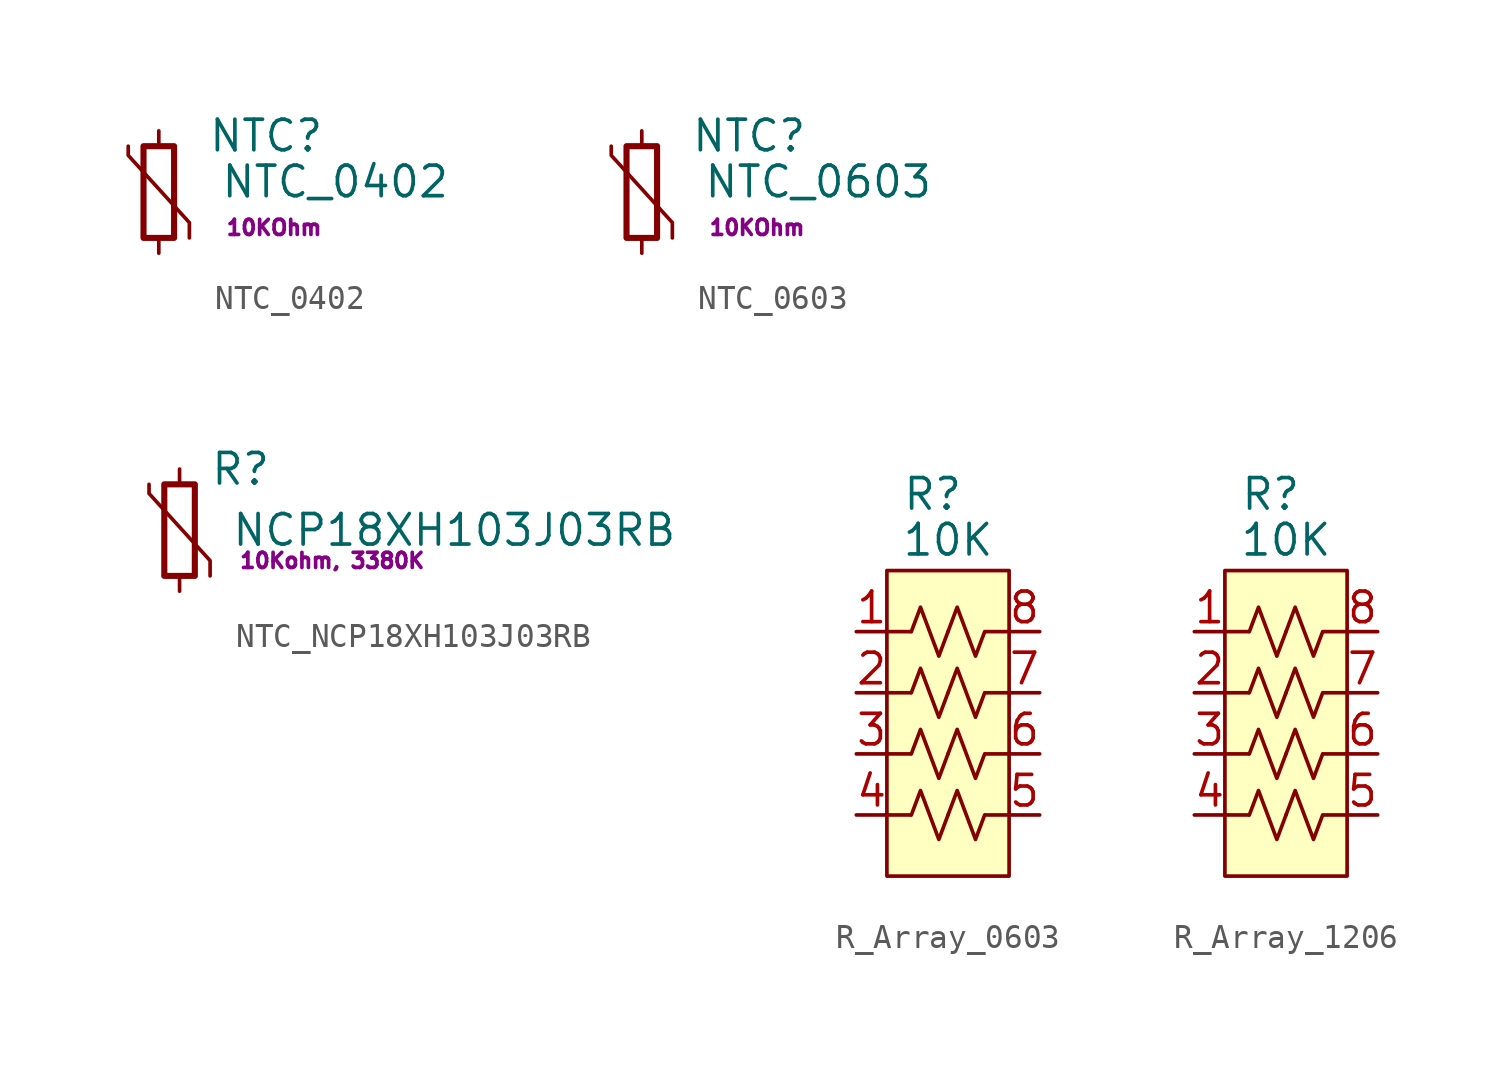
<source format=kicad_sym>
(kicad_symbol_lib
  (version 20220914)
  (generator kicad_symbol_editor)
  (symbol "NTC_0402"
    (pin_numbers hide)
    (property "Reference" "NTC"
      (at 4.461 2.336 0)
      (effects (font (size 1.27 1.27))))
    (property "Value" "NTC_0402"
      (at 7.332 0.429 0)
      (effects (font (size 1.27 1.27))))
    (property "Params" "10KOhm"
      (at 4.79 -1.478 0)
      (effects (font (size 0.63 0.63))))
    (symbol "NTC_0402_0_1"
      (polyline (pts (xy -1.27 1.905) (xy -1.27 1.524) (xy 1.27 -1.27) (xy 1.27 -1.905)) (stroke (width 0) (type default)) (fill (type none))))
    (symbol "NTC_0402_1_1"
      (rectangle (start -0.635 1.905) (end 0.635 -1.905) (stroke (width 0.254) (type default)) (fill (type none)))
      (pin passive line (at 0 2.54 270) (length 0.635) (name "~" (effects (font (size 1.27 1.27)))) (number "1" (effects (font (size 1.27 1.27)))))
      (pin passive line (at 0 -2.54 90) (length 0.635) (name "~" (effects (font (size 1.27 1.27)))) (number "2" (effects (font (size 1.27 1.27)))))))
  (symbol "NTC_0603"
    (pin_numbers hide)
    (property "Reference" "NTC"
      (at 4.461 2.336 0)
      (effects (font (size 1.27 1.27))))
    (property "Value" "NTC_0603"
      (at 7.332 0.429 0)
      (effects (font (size 1.27 1.27))))
    (property "Params" "10KOhm"
      (at 4.79 -1.478 0)
      (effects (font (size 0.63 0.63))))
    (symbol "NTC_0603_0_1"
      (polyline (pts (xy -1.27 1.905) (xy -1.27 1.524) (xy 1.27 -1.27) (xy 1.27 -1.905)) (stroke (width 0) (type default)) (fill (type none))))
    (symbol "NTC_0603_1_1"
      (rectangle (start -0.635 1.905) (end 0.635 -1.905) (stroke (width 0.254) (type default)) (fill (type none)))
      (pin passive line (at 0 2.54 270) (length 0.635) (name "~" (effects (font (size 1.27 1.27)))) (number "1" (effects (font (size 1.27 1.27)))))
      (pin passive line (at 0 -2.54 90) (length 0.635) (name "~" (effects (font (size 1.27 1.27)))) (number "2" (effects (font (size 1.27 1.27)))))))
  (symbol "NTC_NCP18XH103J03RB"
    (pin_numbers hide)
    (property "Reference" "R"
      (at 2.54 2.54 0)
      (effects (font (size 1.27 1.27))))
    (property "Value" "NCP18XH103J03RB"
      (at 11.43 0 0)
      (effects (font (size 1.27 1.27))))
    (property "Params" "10Kohm, 3380K"
      (at 6.35 -1.27 0)
      (effects (font (size 0.63 0.63))))
    (symbol "NTC_NCP18XH103J03RB_0_1"
      (polyline (pts (xy -1.27 1.905) (xy -1.27 1.524) (xy 1.27 -1.27) (xy 1.27 -1.905)) (stroke (width 0) (type default)) (fill (type none))))
    (symbol "NTC_NCP18XH103J03RB_1_1"
      (rectangle (start -0.635 1.905) (end 0.635 -1.905) (stroke (width 0.254) (type default)) (fill (type none)))
      (pin passive line (at 0 2.54 270) (length 0.635) (name "~" (effects (font (size 1.27 1.27)))) (number "1" (effects (font (size 1.27 1.27)))))
      (pin passive line (at 0 -2.54 90) (length 0.635) (name "~" (effects (font (size 1.27 1.27)))) (number "2" (effects (font (size 1.27 1.27)))))))
  (symbol "R_Array_0603"
    (pin_names hide)
    (property "Reference" "R"
      (at -0.635 13.335 0)
      (effects (font (size 1.27 1.27))))
    (property "Value" "10K"
      (at 0 11.43 0)
      (effects (font (size 1.27 1.27))))
    (symbol "R_Array_0603_0_1"
      (rectangle (start -2.54 10.16) (end 2.54 -2.54) (stroke (width 0) (type default)) (fill (type background))))
    (symbol "R_Array_0603_1_1"
      (polyline (pts (xy -2.54 0) (xy -1.549 0)) (stroke (width 0) (type default)) (fill (type none)))
      (polyline (pts (xy -2.54 2.54) (xy -1.549 2.54)) (stroke (width 0) (type default)) (fill (type none)))
      (polyline (pts (xy -2.54 5.08) (xy -1.549 5.08)) (stroke (width 0) (type default)) (fill (type none)))
      (polyline (pts (xy -2.54 7.62) (xy -1.549 7.62)) (stroke (width 0) (type default)) (fill (type none)))
      (polyline (pts (xy 2.54 0) (xy 1.549 0)) (stroke (width 0) (type default)) (fill (type none)))
      (polyline (pts (xy 2.54 2.54) (xy 1.549 2.54)) (stroke (width 0) (type default)) (fill (type none)))
      (polyline (pts (xy 2.54 5.08) (xy 1.549 5.08)) (stroke (width 0) (type default)) (fill (type none)))
      (polyline (pts (xy 2.54 7.62) (xy 1.549 7.62)) (stroke (width 0) (type default)) (fill (type none)))
      (polyline (pts (xy -1.524 0) (xy -1.143 1.016) (xy -0.762 0) (xy -0.381 -1.016) (xy 0 0)) (stroke (width 0) (type default)) (fill (type none)))
      (polyline (pts (xy -1.524 2.54) (xy -1.143 3.556) (xy -0.762 2.54) (xy -0.381 1.524) (xy 0 2.54)) (stroke (width 0) (type default)) (fill (type none)))
      (polyline (pts (xy -1.524 5.08) (xy -1.143 6.096) (xy -0.762 5.08) (xy -0.381 4.064) (xy 0 5.08)) (stroke (width 0) (type default)) (fill (type none)))
      (polyline (pts (xy -1.524 7.62) (xy -1.143 8.636) (xy -0.762 7.62) (xy -0.381 6.604) (xy 0 7.62)) (stroke (width 0) (type default)) (fill (type none)))
      (polyline (pts (xy 0 0) (xy 0.381 1.016) (xy 0.762 0) (xy 1.143 -1.016) (xy 1.524 0)) (stroke (width 0) (type default)) (fill (type none)))
      (polyline (pts (xy 0 2.54) (xy 0.381 3.556) (xy 0.762 2.54) (xy 1.143 1.524) (xy 1.524 2.54)) (stroke (width 0) (type default)) (fill (type none)))
      (polyline (pts (xy 0 5.08) (xy 0.381 6.096) (xy 0.762 5.08) (xy 1.143 4.064) (xy 1.524 5.08)) (stroke (width 0) (type default)) (fill (type none)))
      (polyline (pts (xy 0 7.62) (xy 0.381 8.636) (xy 0.762 7.62) (xy 1.143 6.604) (xy 1.524 7.62)) (stroke (width 0) (type default)) (fill (type none)))
      (pin passive line (at -3.81 7.62 0) (length 1.27) (name "~" (effects (font (size 1.27 1.27)))) (number "1" (effects (font (size 1.27 1.27)))))
      (pin passive line (at -3.81 5.08 0) (length 1.27) (name "~" (effects (font (size 1.27 1.27)))) (number "2" (effects (font (size 1.27 1.27)))))
      (pin passive line (at -3.81 2.54 0) (length 1.27) (name "~" (effects (font (size 1.27 1.27)))) (number "3" (effects (font (size 1.27 1.27)))))
      (pin passive line (at -3.81 0 0) (length 1.27) (name "~" (effects (font (size 1.27 1.27)))) (number "4" (effects (font (size 1.27 1.27)))))
      (pin passive line (at 3.81 0 180) (length 1.27) (name "~" (effects (font (size 1.27 1.27)))) (number "5" (effects (font (size 1.27 1.27)))))
      (pin passive line (at 3.81 2.54 180) (length 1.27) (name "~" (effects (font (size 1.27 1.27)))) (number "6" (effects (font (size 1.27 1.27)))))
      (pin passive line (at 3.81 5.08 180) (length 1.27) (name "~" (effects (font (size 1.27 1.27)))) (number "7" (effects (font (size 1.27 1.27)))))
      (pin passive line (at 3.81 7.62 180) (length 1.27) (name "~" (effects (font (size 1.27 1.27)))) (number "8" (effects (font (size 1.27 1.27)))))))
  (symbol "R_Array_1206"
    (pin_names hide)
    (property "Reference" "R"
      (at -0.635 13.335 0)
      (effects (font (size 1.27 1.27))))
    (property "Value" "10K"
      (at 0 11.43 0)
      (effects (font (size 1.27 1.27))))
    (symbol "R_Array_1206_0_1"
      (rectangle (start -2.54 10.16) (end 2.54 -2.54) (stroke (width 0) (type default)) (fill (type background))))
    (symbol "R_Array_1206_1_1"
      (polyline (pts (xy -2.54 0) (xy -1.549 0)) (stroke (width 0) (type default)) (fill (type none)))
      (polyline (pts (xy -2.54 2.54) (xy -1.549 2.54)) (stroke (width 0) (type default)) (fill (type none)))
      (polyline (pts (xy -2.54 5.08) (xy -1.549 5.08)) (stroke (width 0) (type default)) (fill (type none)))
      (polyline (pts (xy -2.54 7.62) (xy -1.549 7.62)) (stroke (width 0) (type default)) (fill (type none)))
      (polyline (pts (xy 2.54 0) (xy 1.549 0)) (stroke (width 0) (type default)) (fill (type none)))
      (polyline (pts (xy 2.54 2.54) (xy 1.549 2.54)) (stroke (width 0) (type default)) (fill (type none)))
      (polyline (pts (xy 2.54 5.08) (xy 1.549 5.08)) (stroke (width 0) (type default)) (fill (type none)))
      (polyline (pts (xy 2.54 7.62) (xy 1.549 7.62)) (stroke (width 0) (type default)) (fill (type none)))
      (polyline (pts (xy -1.524 0) (xy -1.143 1.016) (xy -0.762 0) (xy -0.381 -1.016) (xy 0 0)) (stroke (width 0) (type default)) (fill (type none)))
      (polyline (pts (xy -1.524 2.54) (xy -1.143 3.556) (xy -0.762 2.54) (xy -0.381 1.524) (xy 0 2.54)) (stroke (width 0) (type default)) (fill (type none)))
      (polyline (pts (xy -1.524 5.08) (xy -1.143 6.096) (xy -0.762 5.08) (xy -0.381 4.064) (xy 0 5.08)) (stroke (width 0) (type default)) (fill (type none)))
      (polyline (pts (xy -1.524 7.62) (xy -1.143 8.636) (xy -0.762 7.62) (xy -0.381 6.604) (xy 0 7.62)) (stroke (width 0) (type default)) (fill (type none)))
      (polyline (pts (xy 0 0) (xy 0.381 1.016) (xy 0.762 0) (xy 1.143 -1.016) (xy 1.524 0)) (stroke (width 0) (type default)) (fill (type none)))
      (polyline (pts (xy 0 2.54) (xy 0.381 3.556) (xy 0.762 2.54) (xy 1.143 1.524) (xy 1.524 2.54)) (stroke (width 0) (type default)) (fill (type none)))
      (polyline (pts (xy 0 5.08) (xy 0.381 6.096) (xy 0.762 5.08) (xy 1.143 4.064) (xy 1.524 5.08)) (stroke (width 0) (type default)) (fill (type none)))
      (polyline (pts (xy 0 7.62) (xy 0.381 8.636) (xy 0.762 7.62) (xy 1.143 6.604) (xy 1.524 7.62)) (stroke (width 0) (type default)) (fill (type none)))
      (pin passive line (at -3.81 7.62 0) (length 1.27) (name "~" (effects (font (size 1.27 1.27)))) (number "1" (effects (font (size 1.27 1.27)))))
      (pin passive line (at -3.81 5.08 0) (length 1.27) (name "~" (effects (font (size 1.27 1.27)))) (number "2" (effects (font (size 1.27 1.27)))))
      (pin passive line (at -3.81 2.54 0) (length 1.27) (name "~" (effects (font (size 1.27 1.27)))) (number "3" (effects (font (size 1.27 1.27)))))
      (pin passive line (at -3.81 0 0) (length 1.27) (name "~" (effects (font (size 1.27 1.27)))) (number "4" (effects (font (size 1.27 1.27)))))
      (pin passive line (at 3.81 0 180) (length 1.27) (name "~" (effects (font (size 1.27 1.27)))) (number "5" (effects (font (size 1.27 1.27)))))
      (pin passive line (at 3.81 2.54 180) (length 1.27) (name "~" (effects (font (size 1.27 1.27)))) (number "6" (effects (font (size 1.27 1.27)))))
      (pin passive line (at 3.81 5.08 180) (length 1.27) (name "~" (effects (font (size 1.27 1.27)))) (number "7" (effects (font (size 1.27 1.27)))))
      (pin passive line (at 3.81 7.62 180) (length 1.27) (name "~" (effects (font (size 1.27 1.27)))) (number "8" (effects (font (size 1.27 1.27))))))))
</source>
